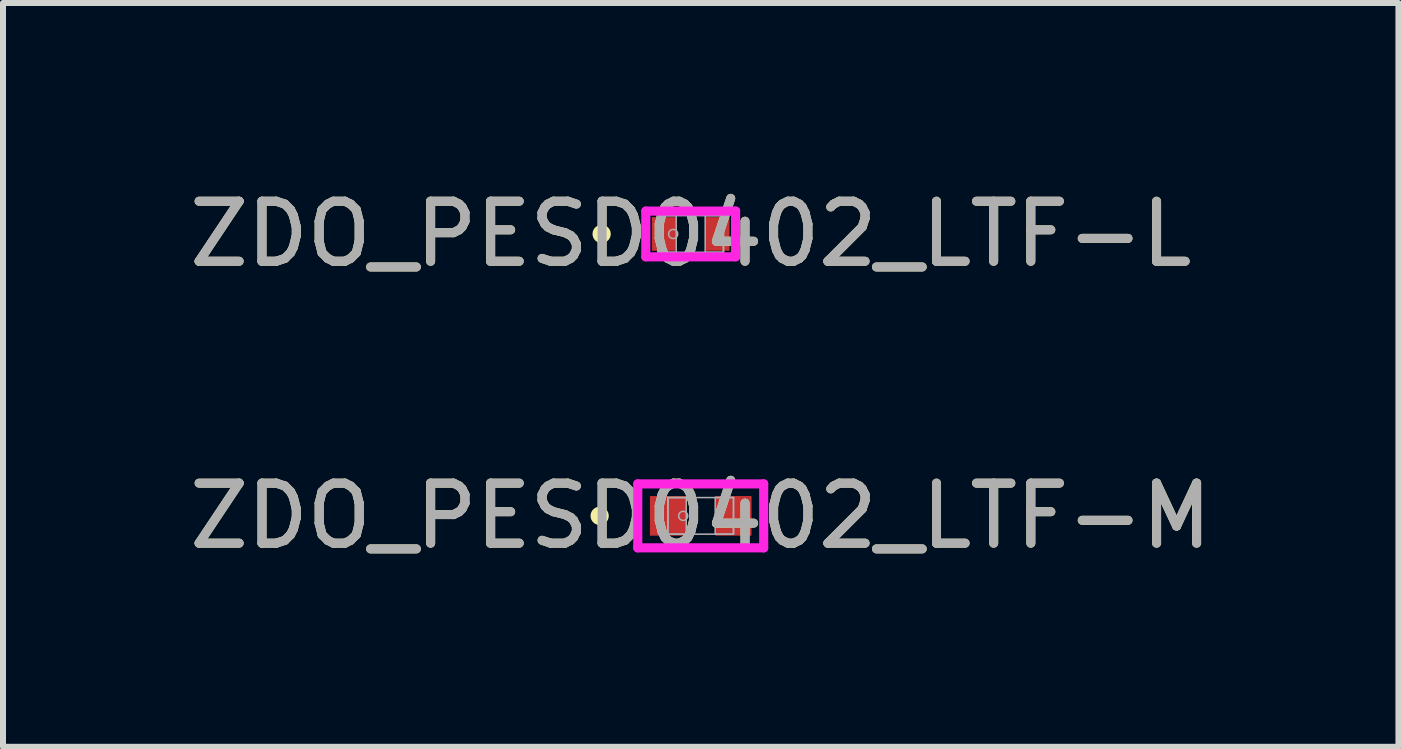
<source format=kicad_pcb>
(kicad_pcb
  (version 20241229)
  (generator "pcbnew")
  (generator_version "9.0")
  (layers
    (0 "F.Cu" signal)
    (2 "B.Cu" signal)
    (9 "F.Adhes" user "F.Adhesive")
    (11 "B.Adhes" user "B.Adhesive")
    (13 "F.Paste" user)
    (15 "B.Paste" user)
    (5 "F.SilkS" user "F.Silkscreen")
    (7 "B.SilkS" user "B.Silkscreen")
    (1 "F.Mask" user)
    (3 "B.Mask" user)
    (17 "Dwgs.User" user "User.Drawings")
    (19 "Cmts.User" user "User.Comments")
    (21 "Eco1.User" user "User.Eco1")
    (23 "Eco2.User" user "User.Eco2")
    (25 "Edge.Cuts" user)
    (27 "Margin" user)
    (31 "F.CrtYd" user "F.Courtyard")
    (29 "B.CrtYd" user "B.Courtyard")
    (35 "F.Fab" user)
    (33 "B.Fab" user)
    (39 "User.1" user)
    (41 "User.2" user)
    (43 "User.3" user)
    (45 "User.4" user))
  (footprint "ZDO_PESD0402_LTF-L"
    (layer "F.Cu")
    (at 8.458 0.848)
    (property "Reference" "ZDO_PESD0402_LTF-L" (at 0 0 0) (unlocked yes) (layer "F.SilkS") (effects (font (size 1 1) (thickness 0.15))))
    (attr smd)
    (fp_circle (center -1.484 0) (end -1.408 0) (stroke (width 0.152) (type solid)) (fill no) (layer "F.SilkS"))
    (fp_line (start -0.748 -0.381) (end 0.748 -0.381) (stroke (width 0.152) (type solid)) (layer "F.CrtYd"))
    (fp_line (start -0.748 0.381) (end -0.748 -0.381) (stroke (width 0.152) (type solid)) (layer "F.CrtYd"))
    (fp_line (start 0.748 -0.381) (end 0.748 0.381) (stroke (width 0.152) (type solid)) (layer "F.CrtYd"))
    (fp_line (start 0.748 0.381) (end -0.748 0.381) (stroke (width 0.152) (type solid)) (layer "F.CrtYd"))
    (fp_line (start -0.546 -0.305) (end -0.546 0.305) (stroke (width 0.025) (type solid)) (layer "F.Fab"))
    (fp_line (start -0.546 -0.305) (end -0.546 0.305) (stroke (width 0.025) (type solid)) (layer "F.Fab"))
    (fp_line (start -0.546 0.305) (end -0.241 0.305) (stroke (width 0.025) (type solid)) (layer "F.Fab"))
    (fp_line (start -0.546 0.305) (end 0.546 0.305) (stroke (width 0.025) (type solid)) (layer "F.Fab"))
    (fp_line (start -0.241 -0.305) (end -0.546 -0.305) (stroke (width 0.025) (type solid)) (layer "F.Fab"))
    (fp_line (start -0.241 0.305) (end -0.241 -0.305) (stroke (width 0.025) (type solid)) (layer "F.Fab"))
    (fp_line (start 0.241 -0.305) (end 0.241 0.305) (stroke (width 0.025) (type solid)) (layer "F.Fab"))
    (fp_line (start 0.241 0.305) (end 0.546 0.305) (stroke (width 0.025) (type solid)) (layer "F.Fab"))
    (fp_line (start 0.546 -0.305) (end -0.546 -0.305) (stroke (width 0.025) (type solid)) (layer "F.Fab"))
    (fp_line (start 0.546 -0.305) (end 0.241 -0.305) (stroke (width 0.025) (type solid)) (layer "F.Fab"))
    (fp_line (start 0.546 0.305) (end 0.546 -0.305) (stroke (width 0.025) (type solid)) (layer "F.Fab"))
    (fp_line (start 0.546 0.305) (end 0.546 -0.305) (stroke (width 0.025) (type solid)) (layer "F.Fab"))
    (fp_circle (center -0.292 0) (end -0.216 0) (stroke (width 0.025) (type solid)) (fill no) (layer "F.Fab"))
    (fp_text user "${REFERENCE}" (at 0 0 0) (unlocked yes) (layer "F.Fab") (effects (font (size 1 1) (thickness 0.15))))
    (pad "1" smd rect (at -0.444 0) (size 0.405 0.56) (layers "F.Cu" "F.Mask" "F.Paste"))
    (pad "2" smd rect (at 0.444 0) (size 0.405 0.56) (layers "F.Cu" "F.Mask" "F.Paste"))
    (zone (net_name "") (layer "F.Cu") (hatch full 0.508) (connect_pads) (min_thickness 0.254) (filled_areas_thickness no) (keepout (tracks not_allowed) (vias not_allowed) (pads allowed) (copperpour not_allowed) (footprints allowed)) (placement (enabled no)) (fill) (polygon (pts (xy 8.268 0.594) (xy 8.649 0.594) (xy 8.649 1.102) (xy 8.268 1.102)))))
  (footprint "ZDO_PESD0402_LTF-M"
    (layer "F.Cu")
    (at 8.625 5.545)
    (property "Reference" "ZDO_PESD0402_LTF-M" (at 0 0 0) (unlocked yes) (layer "F.SilkS") (effects (font (size 1 1) (thickness 0.15))))
    (attr smd)
    (fp_circle (center -1.684 0) (end -1.608 0) (stroke (width 0.152) (type solid)) (fill no) (layer "F.SilkS"))
    (fp_line (start -1.049 -0.533) (end 1.049 -0.533) (stroke (width 0.152) (type solid)) (layer "F.CrtYd"))
    (fp_line (start -1.049 0.533) (end -1.049 -0.533) (stroke (width 0.152) (type solid)) (layer "F.CrtYd"))
    (fp_line (start 1.049 -0.533) (end 1.049 0.533) (stroke (width 0.152) (type solid)) (layer "F.CrtYd"))
    (fp_line (start 1.049 0.533) (end -1.049 0.533) (stroke (width 0.152) (type solid)) (layer "F.CrtYd"))
    (fp_line (start -0.546 -0.305) (end -0.546 0.305) (stroke (width 0.025) (type solid)) (layer "F.Fab"))
    (fp_line (start -0.546 -0.305) (end -0.546 0.305) (stroke (width 0.025) (type solid)) (layer "F.Fab"))
    (fp_line (start -0.546 0.305) (end -0.241 0.305) (stroke (width 0.025) (type solid)) (layer "F.Fab"))
    (fp_line (start -0.546 0.305) (end 0.546 0.305) (stroke (width 0.025) (type solid)) (layer "F.Fab"))
    (fp_line (start -0.241 -0.305) (end -0.546 -0.305) (stroke (width 0.025) (type solid)) (layer "F.Fab"))
    (fp_line (start -0.241 0.305) (end -0.241 -0.305) (stroke (width 0.025) (type solid)) (layer "F.Fab"))
    (fp_line (start 0.241 -0.305) (end 0.241 0.305) (stroke (width 0.025) (type solid)) (layer "F.Fab"))
    (fp_line (start 0.241 0.305) (end 0.546 0.305) (stroke (width 0.025) (type solid)) (layer "F.Fab"))
    (fp_line (start 0.546 -0.305) (end -0.546 -0.305) (stroke (width 0.025) (type solid)) (layer "F.Fab"))
    (fp_line (start 0.546 -0.305) (end 0.241 -0.305) (stroke (width 0.025) (type solid)) (layer "F.Fab"))
    (fp_line (start 0.546 0.305) (end 0.546 -0.305) (stroke (width 0.025) (type solid)) (layer "F.Fab"))
    (fp_line (start 0.546 0.305) (end 0.546 -0.305) (stroke (width 0.025) (type solid)) (layer "F.Fab"))
    (fp_circle (center -0.292 0) (end -0.216 0) (stroke (width 0.025) (type solid)) (fill no) (layer "F.Fab"))
    (fp_text user "${REFERENCE}" (at 0 0 0) (unlocked yes) (layer "F.Fab") (effects (font (size 1 1) (thickness 0.15))))
    (pad "1" smd rect (at -0.544 0) (size 0.605 0.66) (layers "F.Cu" "F.Mask" "F.Paste"))
    (pad "2" smd rect (at 0.544 0) (size 0.605 0.66) (layers "F.Cu" "F.Mask" "F.Paste"))
    (zone (net_name "") (layer "F.Cu") (hatch full 0.508) (connect_pads) (min_thickness 0.254) (filled_areas_thickness no) (keepout (tracks not_allowed) (vias not_allowed) (pads allowed) (copperpour not_allowed) (footprints allowed)) (placement (enabled no)) (fill) (polygon (pts (xy 8.434 5.291) (xy 8.816 5.291) (xy 8.816 5.799) (xy 8.434 5.799)))))
  (gr_rect
    (start -3 -3)
    (end 20.25 9.393)
    (stroke (width 0.1) (type default))
    (fill no)
    (layer "Edge.Cuts")))
</source>
